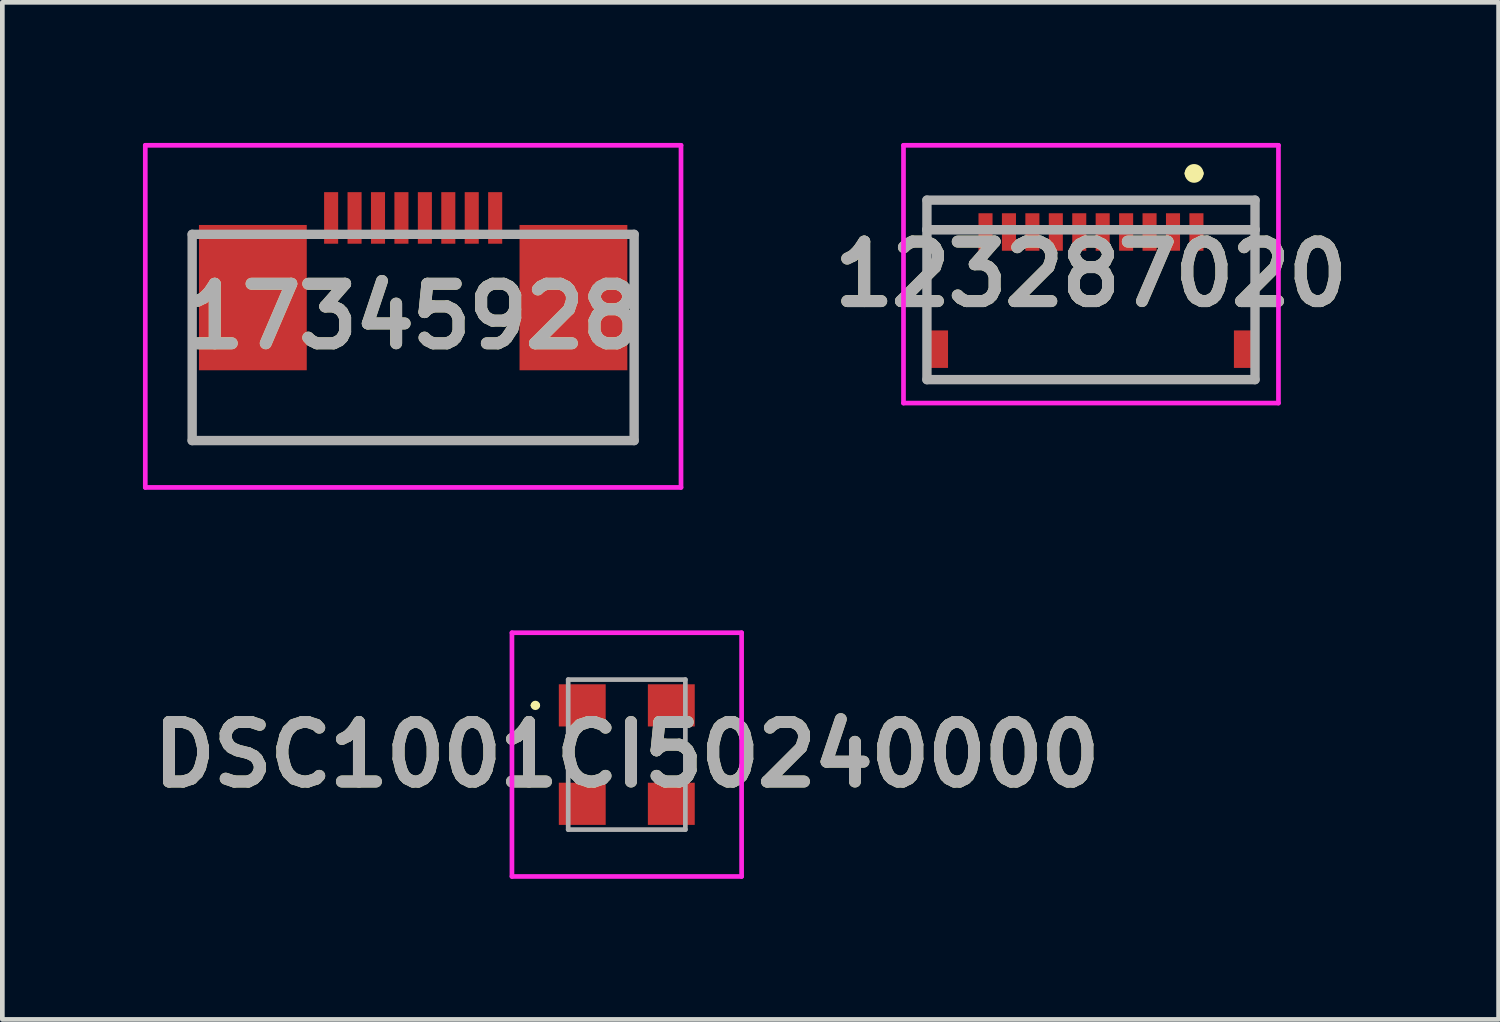
<source format=kicad_pcb>
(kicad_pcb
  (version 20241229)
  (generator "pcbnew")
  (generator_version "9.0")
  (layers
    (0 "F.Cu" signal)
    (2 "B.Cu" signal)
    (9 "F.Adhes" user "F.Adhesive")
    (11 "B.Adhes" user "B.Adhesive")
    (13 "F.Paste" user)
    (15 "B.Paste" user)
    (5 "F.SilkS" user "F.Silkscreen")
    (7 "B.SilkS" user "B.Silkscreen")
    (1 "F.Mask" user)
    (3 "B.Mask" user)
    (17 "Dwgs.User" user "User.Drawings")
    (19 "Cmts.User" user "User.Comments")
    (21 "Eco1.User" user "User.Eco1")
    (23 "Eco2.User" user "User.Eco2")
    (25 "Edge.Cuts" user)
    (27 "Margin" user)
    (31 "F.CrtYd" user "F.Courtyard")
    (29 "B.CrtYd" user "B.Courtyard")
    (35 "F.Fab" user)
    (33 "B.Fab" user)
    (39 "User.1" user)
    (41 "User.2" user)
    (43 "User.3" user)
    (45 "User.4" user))
  (footprint "17345928"
    (layer "F.Cu")
    (at 5.765 3.7)
    (property "Reference" "17345928" (at 0 0 0) (layer "F.SilkS") (effects (font (size 1.27 1.27) (thickness 0.254))))
    (attr smd)
    (fp_line (start -4.715 -1.75) (end -4.715 2.65) (stroke (width 0.1) (type solid)) (layer "F.SilkS"))
    (fp_line (start -4.715 2.65) (end 4.715 2.65) (stroke (width 0.1) (type solid)) (layer "F.SilkS"))
    (fp_line (start 4.715 2.65) (end 4.715 -1.75) (stroke (width 0.1) (type solid)) (layer "F.SilkS"))
    (fp_line (start -5.715 -3.65) (end 5.715 -3.65) (stroke (width 0.1) (type solid)) (layer "F.CrtYd"))
    (fp_line (start -5.715 3.65) (end -5.715 -3.65) (stroke (width 0.1) (type solid)) (layer "F.CrtYd"))
    (fp_line (start 5.715 -3.65) (end 5.715 3.65) (stroke (width 0.1) (type solid)) (layer "F.CrtYd"))
    (fp_line (start 5.715 3.65) (end -5.715 3.65) (stroke (width 0.1) (type solid)) (layer "F.CrtYd"))
    (fp_line (start -4.715 -1.75) (end 4.715 -1.75) (stroke (width 0.2) (type solid)) (layer "F.Fab"))
    (fp_line (start -4.715 2.65) (end -4.715 -1.75) (stroke (width 0.2) (type solid)) (layer "F.Fab"))
    (fp_line (start 4.715 -1.75) (end 4.715 2.65) (stroke (width 0.2) (type solid)) (layer "F.Fab"))
    (fp_line (start 4.715 2.65) (end -4.715 2.65) (stroke (width 0.2) (type solid)) (layer "F.Fab"))
    (fp_text user "${REFERENCE}" (at 0 0 0) (layer "F.Fab") (effects (font (size 1.27 1.27) (thickness 0.254))))
    (pad "1" smd rect (at -1.75 -2.1) (size 0.3 1.1) (layers "F.Cu" "F.Mask" "F.Paste"))
    (pad "2" smd rect (at -1.25 -2.1) (size 0.3 1.1) (layers "F.Cu" "F.Mask" "F.Paste"))
    (pad "3" smd rect (at -0.75 -2.1) (size 0.3 1.1) (layers "F.Cu" "F.Mask" "F.Paste"))
    (pad "4" smd rect (at -0.25 -2.1) (size 0.3 1.1) (layers "F.Cu" "F.Mask" "F.Paste"))
    (pad "5" smd rect (at 0.25 -2.1) (size 0.3 1.1) (layers "F.Cu" "F.Mask" "F.Paste"))
    (pad "6" smd rect (at 0.75 -2.1) (size 0.3 1.1) (layers "F.Cu" "F.Mask" "F.Paste"))
    (pad "7" smd rect (at 1.25 -2.1) (size 0.3 1.1) (layers "F.Cu" "F.Mask" "F.Paste"))
    (pad "8" smd rect (at 1.75 -2.1) (size 0.3 1.1) (layers "F.Cu" "F.Mask" "F.Paste"))
    (pad "9" smd rect (at -3.42 -0.4) (size 2.3 3.1) (layers "F.Cu" "F.Mask" "F.Paste"))
    (pad "10" smd rect (at 3.42 -0.4) (size 2.3 3.1) (layers "F.Cu" "F.Mask" "F.Paste")))
  (footprint "123287020"
    (layer "F.Cu")
    (at 20.227 2.8)
    (property "Reference" "123287020" (at 0 0 0) (layer "F.SilkS") (effects (font (size 1.27 1.27) (thickness 0.254))))
    (attr smd)
    (fp_line (start -3.5 -0.95) (end -3.5 0.5) (stroke (width 0.1) (type solid)) (layer "F.SilkS"))
    (fp_line (start -3 -0.95) (end -3.5 -0.95) (stroke (width 0.1) (type solid)) (layer "F.SilkS"))
    (fp_line (start -2.5 2.25) (end 2.5 2.25) (stroke (width 0.1) (type solid)) (layer "F.SilkS"))
    (fp_line (start 2.1 -2.15) (end 2.1 -2.15) (stroke (width 0.2) (type solid)) (layer "F.SilkS"))
    (fp_line (start 2.3 -2.15) (end 2.3 -2.15) (stroke (width 0.2) (type solid)) (layer "F.SilkS"))
    (fp_line (start 3 -0.95) (end 3.5 -0.95) (stroke (width 0.1) (type solid)) (layer "F.SilkS"))
    (fp_line (start 3.5 -0.95) (end 3.5 0.5) (stroke (width 0.1) (type solid)) (layer "F.SilkS"))
    (fp_arc (start 2.1 -2.15) (mid 2.2 -2.25) (end 2.3 -2.15) (stroke (width 0.2) (type solid)) (layer "F.SilkS"))
    (fp_arc (start 2.3 -2.15) (mid 2.2 -2.05) (end 2.1 -2.15) (stroke (width 0.2) (type solid)) (layer "F.SilkS"))
    (fp_line (start -4 -2.75) (end 4 -2.75) (stroke (width 0.1) (type solid)) (layer "F.CrtYd"))
    (fp_line (start -4 2.75) (end -4 -2.75) (stroke (width 0.1) (type solid)) (layer "F.CrtYd"))
    (fp_line (start 4 -2.75) (end 4 2.75) (stroke (width 0.1) (type solid)) (layer "F.CrtYd"))
    (fp_line (start 4 2.75) (end -4 2.75) (stroke (width 0.1) (type solid)) (layer "F.CrtYd"))
    (fp_line (start -3.5 -1.58) (end -3.5 -0.95) (stroke (width 0.2) (type solid)) (layer "F.Fab"))
    (fp_line (start -3.5 -0.95) (end 3.5 -0.95) (stroke (width 0.2) (type solid)) (layer "F.Fab"))
    (fp_line (start -3.5 -0.95) (end 3.5 -0.95) (stroke (width 0.2) (type solid)) (layer "F.Fab"))
    (fp_line (start -3.5 2.25) (end -3.5 -0.95) (stroke (width 0.2) (type solid)) (layer "F.Fab"))
    (fp_line (start 3.5 -1.58) (end -3.5 -1.58) (stroke (width 0.2) (type solid)) (layer "F.Fab"))
    (fp_line (start 3.5 -0.95) (end 3.5 -1.58) (stroke (width 0.2) (type solid)) (layer "F.Fab"))
    (fp_line (start 3.5 -0.95) (end 3.5 2.25) (stroke (width 0.2) (type solid)) (layer "F.Fab"))
    (fp_line (start 3.5 2.25) (end -3.5 2.25) (stroke (width 0.2) (type solid)) (layer "F.Fab"))
    (fp_text user "${REFERENCE}" (at 0 0 0) (layer "F.Fab") (effects (font (size 1.27 1.27) (thickness 0.254))))
    (pad "1" smd rect (at 2.25 -0.9) (size 0.3 0.8) (layers "F.Cu" "F.Mask" "F.Paste"))
    (pad "2" smd rect (at 1.75 -0.9) (size 0.3 0.8) (layers "F.Cu" "F.Mask" "F.Paste"))
    (pad "3" smd rect (at 1.25 -0.9) (size 0.3 0.8) (layers "F.Cu" "F.Mask" "F.Paste"))
    (pad "4" smd rect (at 0.75 -0.9) (size 0.3 0.8) (layers "F.Cu" "F.Mask" "F.Paste"))
    (pad "5" smd rect (at 0.25 -0.9) (size 0.3 0.8) (layers "F.Cu" "F.Mask" "F.Paste"))
    (pad "6" smd rect (at -0.25 -0.9) (size 0.3 0.8) (layers "F.Cu" "F.Mask" "F.Paste"))
    (pad "7" smd rect (at -0.75 -0.9) (size 0.3 0.8) (layers "F.Cu" "F.Mask" "F.Paste"))
    (pad "8" smd rect (at -1.25 -0.9) (size 0.3 0.8) (layers "F.Cu" "F.Mask" "F.Paste"))
    (pad "9" smd rect (at -1.75 -0.9) (size 0.3 0.8) (layers "F.Cu" "F.Mask" "F.Paste"))
    (pad "10" smd rect (at -2.25 -0.9) (size 0.3 0.8) (layers "F.Cu" "F.Mask" "F.Paste"))
    (pad "MP1" smd rect (at 3.25 1.6) (size 0.4 0.8) (layers "F.Cu" "F.Mask" "F.Paste"))
    (pad "MP2" smd rect (at -3.25 1.6) (size 0.4 0.8) (layers "F.Cu" "F.Mask" "F.Paste")))
  (footprint "DSC1001CI50240000"
    (layer "F.Cu")
    (at 10.323 13.05)
    (property "Reference" "DSC1001CI50240000" (at 0 0 0) (layer "F.SilkS") (effects (font (size 1.27 1.27) (thickness 0.254))))
    (attr smd)
    (fp_line (start -2 -1.05) (end -2 -1.05) (stroke (width 0.1) (type solid)) (layer "F.SilkS"))
    (fp_line (start -1.9 -1.05) (end -1.9 -1.05) (stroke (width 0.1) (type solid)) (layer "F.SilkS"))
    (fp_arc (start -2 -1.05) (mid -1.95 -1.1) (end -1.9 -1.05) (stroke (width 0.1) (type solid)) (layer "F.SilkS"))
    (fp_arc (start -1.9 -1.05) (mid -1.95 -1) (end -2 -1.05) (stroke (width 0.1) (type solid)) (layer "F.SilkS"))
    (fp_line (start -2.45 -2.6) (end 2.45 -2.6) (stroke (width 0.1) (type solid)) (layer "F.CrtYd"))
    (fp_line (start -2.45 2.6) (end -2.45 -2.6) (stroke (width 0.1) (type solid)) (layer "F.CrtYd"))
    (fp_line (start 2.45 -2.6) (end 2.45 2.6) (stroke (width 0.1) (type solid)) (layer "F.CrtYd"))
    (fp_line (start 2.45 2.6) (end -2.45 2.6) (stroke (width 0.1) (type solid)) (layer "F.CrtYd"))
    (fp_line (start -1.25 -1.6) (end 1.25 -1.6) (stroke (width 0.1) (type solid)) (layer "F.Fab"))
    (fp_line (start -1.25 1.6) (end -1.25 -1.6) (stroke (width 0.1) (type solid)) (layer "F.Fab"))
    (fp_line (start 1.25 -1.6) (end 1.25 1.6) (stroke (width 0.1) (type solid)) (layer "F.Fab"))
    (fp_line (start 1.25 1.6) (end -1.25 1.6) (stroke (width 0.1) (type solid)) (layer "F.Fab"))
    (fp_text user "${REFERENCE}" (at 0 0 0) (layer "F.Fab") (effects (font (size 1.27 1.27) (thickness 0.254))))
    (pad "1" smd rect (at -0.95 -1.05 90) (size 0.9 1) (layers "F.Cu" "F.Mask" "F.Paste"))
    (pad "2" smd rect (at -0.95 1.05 90) (size 0.9 1) (layers "F.Cu" "F.Mask" "F.Paste"))
    (pad "3" smd rect (at 0.95 1.05 90) (size 0.9 1) (layers "F.Cu" "F.Mask" "F.Paste"))
    (pad "4" smd rect (at 0.95 -1.05 90) (size 0.9 1) (layers "F.Cu" "F.Mask" "F.Paste")))
  (gr_rect
    (start -3 -3)
    (end 28.924 18.7)
    (stroke (width 0.1) (type default))
    (fill no)
    (layer "Edge.Cuts")))
</source>
